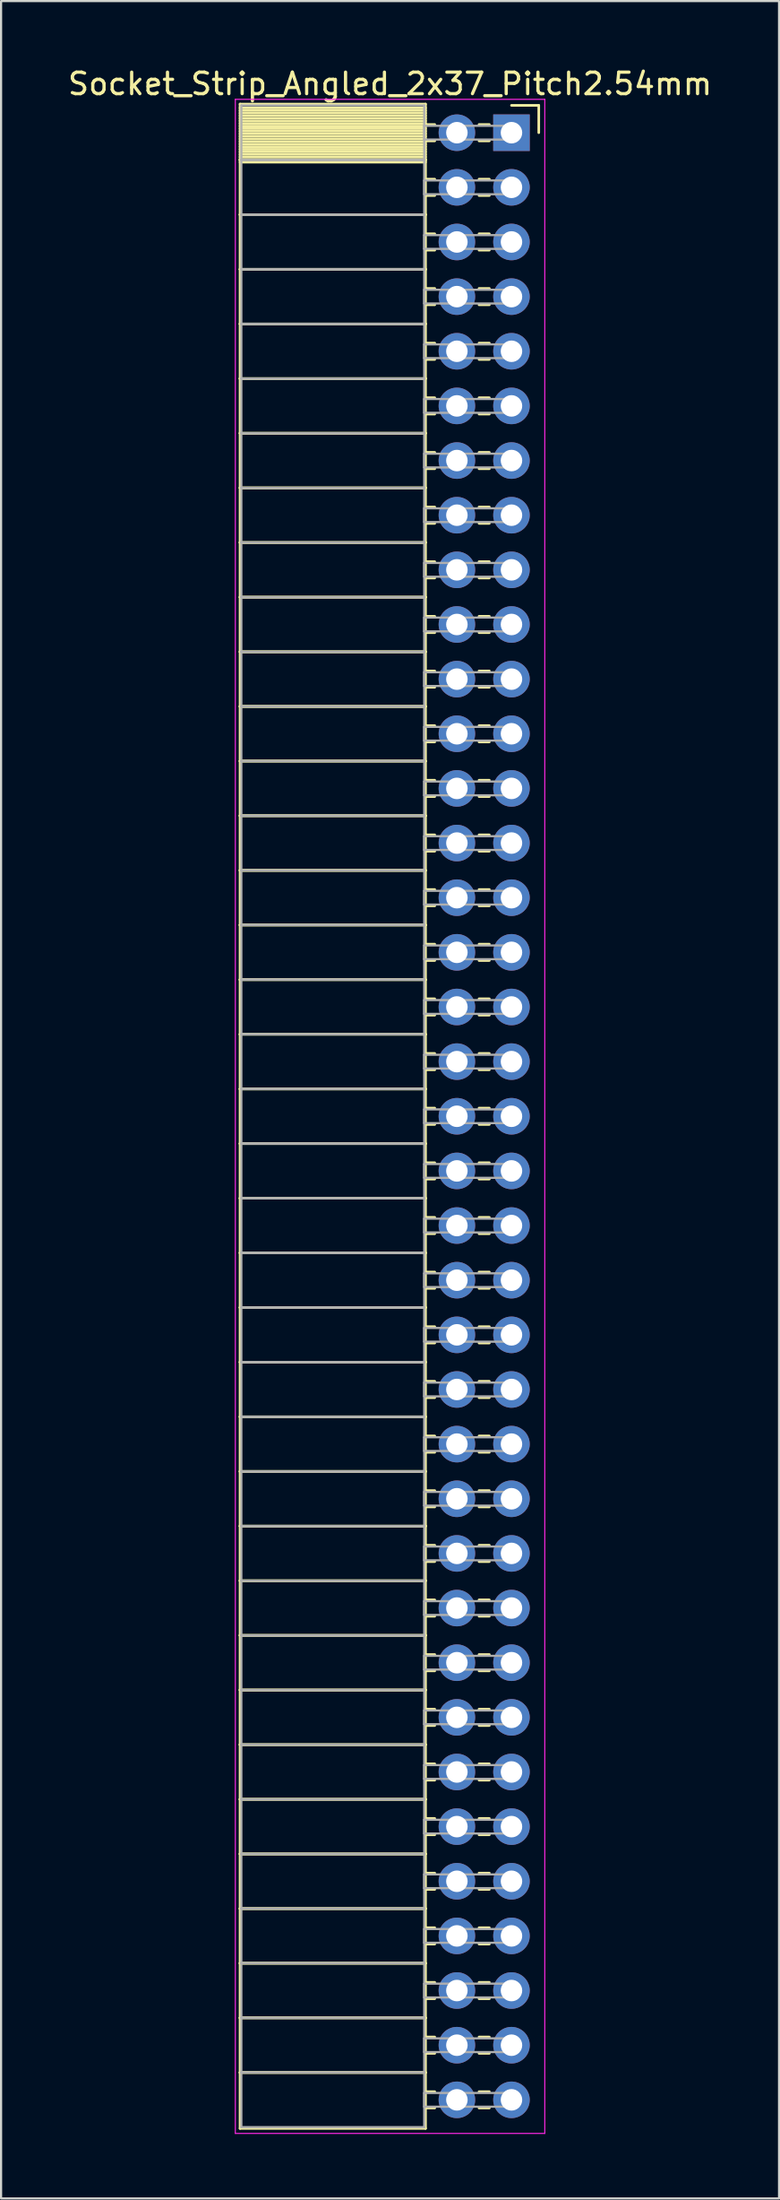
<source format=kicad_pcb>
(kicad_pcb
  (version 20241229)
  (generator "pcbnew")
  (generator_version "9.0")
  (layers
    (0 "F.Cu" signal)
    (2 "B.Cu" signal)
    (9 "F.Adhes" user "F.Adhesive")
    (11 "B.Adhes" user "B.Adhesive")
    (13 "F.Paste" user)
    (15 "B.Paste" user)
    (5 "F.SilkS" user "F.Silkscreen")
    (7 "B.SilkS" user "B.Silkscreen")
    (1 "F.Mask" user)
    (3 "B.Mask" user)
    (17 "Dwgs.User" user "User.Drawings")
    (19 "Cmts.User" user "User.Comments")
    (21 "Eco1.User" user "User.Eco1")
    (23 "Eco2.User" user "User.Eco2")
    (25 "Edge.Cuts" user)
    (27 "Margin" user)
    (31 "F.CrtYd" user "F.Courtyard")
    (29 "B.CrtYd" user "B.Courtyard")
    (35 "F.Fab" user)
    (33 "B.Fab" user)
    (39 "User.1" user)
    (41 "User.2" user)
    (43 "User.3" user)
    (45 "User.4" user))
  (footprint "Socket_Strip_Angled_2x37_Pitch2.54mm"
    (layer "F.Cu")
    (at 20.751 3.118)
    (property "Reference" "Socket_Strip_Angled_2x37_Pitch2.54mm" (at -5.65 -2.27 0) (layer "F.SilkS") (effects (font (size 1 1) (thickness 0.15))))
    (attr through_hole)
    (fp_line (start -12.63 -1.33) (end -4 -1.33) (stroke (width 0.12) (type solid)) (layer "F.SilkS"))
    (fp_line (start -12.63 1.27) (end -12.63 -1.33) (stroke (width 0.12) (type solid)) (layer "F.SilkS"))
    (fp_line (start -12.63 1.27) (end -4 1.27) (stroke (width 0.12) (type solid)) (layer "F.SilkS"))
    (fp_line (start -12.63 3.81) (end -12.63 1.27) (stroke (width 0.12) (type solid)) (layer "F.SilkS"))
    (fp_line (start -12.63 3.81) (end -4 3.81) (stroke (width 0.12) (type solid)) (layer "F.SilkS"))
    (fp_line (start -12.63 6.35) (end -12.63 3.81) (stroke (width 0.12) (type solid)) (layer "F.SilkS"))
    (fp_line (start -12.63 6.35) (end -4 6.35) (stroke (width 0.12) (type solid)) (layer "F.SilkS"))
    (fp_line (start -12.63 8.89) (end -12.63 6.35) (stroke (width 0.12) (type solid)) (layer "F.SilkS"))
    (fp_line (start -12.63 8.89) (end -4 8.89) (stroke (width 0.12) (type solid)) (layer "F.SilkS"))
    (fp_line (start -12.63 11.43) (end -12.63 8.89) (stroke (width 0.12) (type solid)) (layer "F.SilkS"))
    (fp_line (start -12.63 11.43) (end -4 11.43) (stroke (width 0.12) (type solid)) (layer "F.SilkS"))
    (fp_line (start -12.63 13.97) (end -12.63 11.43) (stroke (width 0.12) (type solid)) (layer "F.SilkS"))
    (fp_line (start -12.63 13.97) (end -4 13.97) (stroke (width 0.12) (type solid)) (layer "F.SilkS"))
    (fp_line (start -12.63 16.51) (end -12.63 13.97) (stroke (width 0.12) (type solid)) (layer "F.SilkS"))
    (fp_line (start -12.63 16.51) (end -4 16.51) (stroke (width 0.12) (type solid)) (layer "F.SilkS"))
    (fp_line (start -12.63 19.05) (end -12.63 16.51) (stroke (width 0.12) (type solid)) (layer "F.SilkS"))
    (fp_line (start -12.63 19.05) (end -4 19.05) (stroke (width 0.12) (type solid)) (layer "F.SilkS"))
    (fp_line (start -12.63 21.59) (end -12.63 19.05) (stroke (width 0.12) (type solid)) (layer "F.SilkS"))
    (fp_line (start -12.63 21.59) (end -4 21.59) (stroke (width 0.12) (type solid)) (layer "F.SilkS"))
    (fp_line (start -12.63 24.13) (end -12.63 21.59) (stroke (width 0.12) (type solid)) (layer "F.SilkS"))
    (fp_line (start -12.63 24.13) (end -4 24.13) (stroke (width 0.12) (type solid)) (layer "F.SilkS"))
    (fp_line (start -12.63 26.67) (end -12.63 24.13) (stroke (width 0.12) (type solid)) (layer "F.SilkS"))
    (fp_line (start -12.63 26.67) (end -4 26.67) (stroke (width 0.12) (type solid)) (layer "F.SilkS"))
    (fp_line (start -12.63 29.21) (end -12.63 26.67) (stroke (width 0.12) (type solid)) (layer "F.SilkS"))
    (fp_line (start -12.63 29.21) (end -4 29.21) (stroke (width 0.12) (type solid)) (layer "F.SilkS"))
    (fp_line (start -12.63 31.75) (end -12.63 29.21) (stroke (width 0.12) (type solid)) (layer "F.SilkS"))
    (fp_line (start -12.63 31.75) (end -4 31.75) (stroke (width 0.12) (type solid)) (layer "F.SilkS"))
    (fp_line (start -12.63 34.29) (end -12.63 31.75) (stroke (width 0.12) (type solid)) (layer "F.SilkS"))
    (fp_line (start -12.63 34.29) (end -4 34.29) (stroke (width 0.12) (type solid)) (layer "F.SilkS"))
    (fp_line (start -12.63 36.83) (end -12.63 34.29) (stroke (width 0.12) (type solid)) (layer "F.SilkS"))
    (fp_line (start -12.63 36.83) (end -4 36.83) (stroke (width 0.12) (type solid)) (layer "F.SilkS"))
    (fp_line (start -12.63 39.37) (end -12.63 36.83) (stroke (width 0.12) (type solid)) (layer "F.SilkS"))
    (fp_line (start -12.63 39.37) (end -4 39.37) (stroke (width 0.12) (type solid)) (layer "F.SilkS"))
    (fp_line (start -12.63 41.91) (end -12.63 39.37) (stroke (width 0.12) (type solid)) (layer "F.SilkS"))
    (fp_line (start -12.63 41.91) (end -4 41.91) (stroke (width 0.12) (type solid)) (layer "F.SilkS"))
    (fp_line (start -12.63 44.45) (end -12.63 41.91) (stroke (width 0.12) (type solid)) (layer "F.SilkS"))
    (fp_line (start -12.63 44.45) (end -4 44.45) (stroke (width 0.12) (type solid)) (layer "F.SilkS"))
    (fp_line (start -12.63 46.99) (end -12.63 44.45) (stroke (width 0.12) (type solid)) (layer "F.SilkS"))
    (fp_line (start -12.63 46.99) (end -4 46.99) (stroke (width 0.12) (type solid)) (layer "F.SilkS"))
    (fp_line (start -12.63 49.53) (end -12.63 46.99) (stroke (width 0.12) (type solid)) (layer "F.SilkS"))
    (fp_line (start -12.63 49.53) (end -4 49.53) (stroke (width 0.12) (type solid)) (layer "F.SilkS"))
    (fp_line (start -12.63 52.07) (end -12.63 49.53) (stroke (width 0.12) (type solid)) (layer "F.SilkS"))
    (fp_line (start -12.63 52.07) (end -4 52.07) (stroke (width 0.12) (type solid)) (layer "F.SilkS"))
    (fp_line (start -12.63 54.61) (end -12.63 52.07) (stroke (width 0.12) (type solid)) (layer "F.SilkS"))
    (fp_line (start -12.63 54.61) (end -4 54.61) (stroke (width 0.12) (type solid)) (layer "F.SilkS"))
    (fp_line (start -12.63 57.15) (end -12.63 54.61) (stroke (width 0.12) (type solid)) (layer "F.SilkS"))
    (fp_line (start -12.63 57.15) (end -4 57.15) (stroke (width 0.12) (type solid)) (layer "F.SilkS"))
    (fp_line (start -12.63 59.69) (end -12.63 57.15) (stroke (width 0.12) (type solid)) (layer "F.SilkS"))
    (fp_line (start -12.63 59.69) (end -4 59.69) (stroke (width 0.12) (type solid)) (layer "F.SilkS"))
    (fp_line (start -12.63 62.23) (end -12.63 59.69) (stroke (width 0.12) (type solid)) (layer "F.SilkS"))
    (fp_line (start -12.63 62.23) (end -4 62.23) (stroke (width 0.12) (type solid)) (layer "F.SilkS"))
    (fp_line (start -12.63 64.77) (end -12.63 62.23) (stroke (width 0.12) (type solid)) (layer "F.SilkS"))
    (fp_line (start -12.63 64.77) (end -4 64.77) (stroke (width 0.12) (type solid)) (layer "F.SilkS"))
    (fp_line (start -12.63 67.31) (end -12.63 64.77) (stroke (width 0.12) (type solid)) (layer "F.SilkS"))
    (fp_line (start -12.63 67.31) (end -4 67.31) (stroke (width 0.12) (type solid)) (layer "F.SilkS"))
    (fp_line (start -12.63 69.85) (end -12.63 67.31) (stroke (width 0.12) (type solid)) (layer "F.SilkS"))
    (fp_line (start -12.63 69.85) (end -4 69.85) (stroke (width 0.12) (type solid)) (layer "F.SilkS"))
    (fp_line (start -12.63 72.39) (end -12.63 69.85) (stroke (width 0.12) (type solid)) (layer "F.SilkS"))
    (fp_line (start -12.63 72.39) (end -4 72.39) (stroke (width 0.12) (type solid)) (layer "F.SilkS"))
    (fp_line (start -12.63 74.93) (end -12.63 72.39) (stroke (width 0.12) (type solid)) (layer "F.SilkS"))
    (fp_line (start -12.63 74.93) (end -4 74.93) (stroke (width 0.12) (type solid)) (layer "F.SilkS"))
    (fp_line (start -12.63 77.47) (end -12.63 74.93) (stroke (width 0.12) (type solid)) (layer "F.SilkS"))
    (fp_line (start -12.63 77.47) (end -4 77.47) (stroke (width 0.12) (type solid)) (layer "F.SilkS"))
    (fp_line (start -12.63 80.01) (end -12.63 77.47) (stroke (width 0.12) (type solid)) (layer "F.SilkS"))
    (fp_line (start -12.63 80.01) (end -4 80.01) (stroke (width 0.12) (type solid)) (layer "F.SilkS"))
    (fp_line (start -12.63 82.55) (end -12.63 80.01) (stroke (width 0.12) (type solid)) (layer "F.SilkS"))
    (fp_line (start -12.63 82.55) (end -4 82.55) (stroke (width 0.12) (type solid)) (layer "F.SilkS"))
    (fp_line (start -12.63 85.09) (end -12.63 82.55) (stroke (width 0.12) (type solid)) (layer "F.SilkS"))
    (fp_line (start -12.63 85.09) (end -4 85.09) (stroke (width 0.12) (type solid)) (layer "F.SilkS"))
    (fp_line (start -12.63 87.63) (end -12.63 85.09) (stroke (width 0.12) (type solid)) (layer "F.SilkS"))
    (fp_line (start -12.63 87.63) (end -4 87.63) (stroke (width 0.12) (type solid)) (layer "F.SilkS"))
    (fp_line (start -12.63 90.17) (end -12.63 87.63) (stroke (width 0.12) (type solid)) (layer "F.SilkS"))
    (fp_line (start -12.63 90.17) (end -4 90.17) (stroke (width 0.12) (type solid)) (layer "F.SilkS"))
    (fp_line (start -12.63 92.77) (end -12.63 90.17) (stroke (width 0.12) (type solid)) (layer "F.SilkS"))
    (fp_line (start -4 -1.33) (end -4 1.27) (stroke (width 0.12) (type solid)) (layer "F.SilkS"))
    (fp_line (start -4 -1.15) (end -12.63 -1.15) (stroke (width 0.12) (type solid)) (layer "F.SilkS"))
    (fp_line (start -4 -1.03) (end -12.63 -1.03) (stroke (width 0.12) (type solid)) (layer "F.SilkS"))
    (fp_line (start -4 -0.91) (end -12.63 -0.91) (stroke (width 0.12) (type solid)) (layer "F.SilkS"))
    (fp_line (start -4 -0.79) (end -12.63 -0.79) (stroke (width 0.12) (type solid)) (layer "F.SilkS"))
    (fp_line (start -4 -0.67) (end -12.63 -0.67) (stroke (width 0.12) (type solid)) (layer "F.SilkS"))
    (fp_line (start -4 -0.55) (end -12.63 -0.55) (stroke (width 0.12) (type solid)) (layer "F.SilkS"))
    (fp_line (start -4 -0.43) (end -12.63 -0.43) (stroke (width 0.12) (type solid)) (layer "F.SilkS"))
    (fp_line (start -4 -0.31) (end -12.63 -0.31) (stroke (width 0.12) (type solid)) (layer "F.SilkS"))
    (fp_line (start -4 -0.19) (end -12.63 -0.19) (stroke (width 0.12) (type solid)) (layer "F.SilkS"))
    (fp_line (start -4 -0.07) (end -12.63 -0.07) (stroke (width 0.12) (type solid)) (layer "F.SilkS"))
    (fp_line (start -4 0.05) (end -12.63 0.05) (stroke (width 0.12) (type solid)) (layer "F.SilkS"))
    (fp_line (start -4 0.17) (end -12.63 0.17) (stroke (width 0.12) (type solid)) (layer "F.SilkS"))
    (fp_line (start -4 0.29) (end -12.63 0.29) (stroke (width 0.12) (type solid)) (layer "F.SilkS"))
    (fp_line (start -4 0.41) (end -12.63 0.41) (stroke (width 0.12) (type solid)) (layer "F.SilkS"))
    (fp_line (start -4 0.53) (end -12.63 0.53) (stroke (width 0.12) (type solid)) (layer "F.SilkS"))
    (fp_line (start -4 0.65) (end -12.63 0.65) (stroke (width 0.12) (type solid)) (layer "F.SilkS"))
    (fp_line (start -4 0.77) (end -12.63 0.77) (stroke (width 0.12) (type solid)) (layer "F.SilkS"))
    (fp_line (start -4 0.89) (end -12.63 0.89) (stroke (width 0.12) (type solid)) (layer "F.SilkS"))
    (fp_line (start -4 1.01) (end -12.63 1.01) (stroke (width 0.12) (type solid)) (layer "F.SilkS"))
    (fp_line (start -4 1.13) (end -12.63 1.13) (stroke (width 0.12) (type solid)) (layer "F.SilkS"))
    (fp_line (start -4 1.25) (end -12.63 1.25) (stroke (width 0.12) (type solid)) (layer "F.SilkS"))
    (fp_line (start -4 1.27) (end -12.63 1.27) (stroke (width 0.12) (type solid)) (layer "F.SilkS"))
    (fp_line (start -4 1.27) (end -4 3.81) (stroke (width 0.12) (type solid)) (layer "F.SilkS"))
    (fp_line (start -4 1.37) (end -12.63 1.37) (stroke (width 0.12) (type solid)) (layer "F.SilkS"))
    (fp_line (start -4 3.81) (end -12.63 3.81) (stroke (width 0.12) (type solid)) (layer "F.SilkS"))
    (fp_line (start -4 3.81) (end -4 6.35) (stroke (width 0.12) (type solid)) (layer "F.SilkS"))
    (fp_line (start -4 6.35) (end -12.63 6.35) (stroke (width 0.12) (type solid)) (layer "F.SilkS"))
    (fp_line (start -4 6.35) (end -4 8.89) (stroke (width 0.12) (type solid)) (layer "F.SilkS"))
    (fp_line (start -4 8.89) (end -12.63 8.89) (stroke (width 0.12) (type solid)) (layer "F.SilkS"))
    (fp_line (start -4 8.89) (end -4 11.43) (stroke (width 0.12) (type solid)) (layer "F.SilkS"))
    (fp_line (start -4 11.43) (end -12.63 11.43) (stroke (width 0.12) (type solid)) (layer "F.SilkS"))
    (fp_line (start -4 11.43) (end -4 13.97) (stroke (width 0.12) (type solid)) (layer "F.SilkS"))
    (fp_line (start -4 13.97) (end -12.63 13.97) (stroke (width 0.12) (type solid)) (layer "F.SilkS"))
    (fp_line (start -4 13.97) (end -4 16.51) (stroke (width 0.12) (type solid)) (layer "F.SilkS"))
    (fp_line (start -4 16.51) (end -12.63 16.51) (stroke (width 0.12) (type solid)) (layer "F.SilkS"))
    (fp_line (start -4 16.51) (end -4 19.05) (stroke (width 0.12) (type solid)) (layer "F.SilkS"))
    (fp_line (start -4 19.05) (end -12.63 19.05) (stroke (width 0.12) (type solid)) (layer "F.SilkS"))
    (fp_line (start -4 19.05) (end -4 21.59) (stroke (width 0.12) (type solid)) (layer "F.SilkS"))
    (fp_line (start -4 21.59) (end -12.63 21.59) (stroke (width 0.12) (type solid)) (layer "F.SilkS"))
    (fp_line (start -4 21.59) (end -4 24.13) (stroke (width 0.12) (type solid)) (layer "F.SilkS"))
    (fp_line (start -4 24.13) (end -12.63 24.13) (stroke (width 0.12) (type solid)) (layer "F.SilkS"))
    (fp_line (start -4 24.13) (end -4 26.67) (stroke (width 0.12) (type solid)) (layer "F.SilkS"))
    (fp_line (start -4 26.67) (end -12.63 26.67) (stroke (width 0.12) (type solid)) (layer "F.SilkS"))
    (fp_line (start -4 26.67) (end -4 29.21) (stroke (width 0.12) (type solid)) (layer "F.SilkS"))
    (fp_line (start -4 29.21) (end -12.63 29.21) (stroke (width 0.12) (type solid)) (layer "F.SilkS"))
    (fp_line (start -4 29.21) (end -4 31.75) (stroke (width 0.12) (type solid)) (layer "F.SilkS"))
    (fp_line (start -4 31.75) (end -12.63 31.75) (stroke (width 0.12) (type solid)) (layer "F.SilkS"))
    (fp_line (start -4 31.75) (end -4 34.29) (stroke (width 0.12) (type solid)) (layer "F.SilkS"))
    (fp_line (start -4 34.29) (end -12.63 34.29) (stroke (width 0.12) (type solid)) (layer "F.SilkS"))
    (fp_line (start -4 34.29) (end -4 36.83) (stroke (width 0.12) (type solid)) (layer "F.SilkS"))
    (fp_line (start -4 36.83) (end -12.63 36.83) (stroke (width 0.12) (type solid)) (layer "F.SilkS"))
    (fp_line (start -4 36.83) (end -4 39.37) (stroke (width 0.12) (type solid)) (layer "F.SilkS"))
    (fp_line (start -4 39.37) (end -12.63 39.37) (stroke (width 0.12) (type solid)) (layer "F.SilkS"))
    (fp_line (start -4 39.37) (end -4 41.91) (stroke (width 0.12) (type solid)) (layer "F.SilkS"))
    (fp_line (start -4 41.91) (end -12.63 41.91) (stroke (width 0.12) (type solid)) (layer "F.SilkS"))
    (fp_line (start -4 41.91) (end -4 44.45) (stroke (width 0.12) (type solid)) (layer "F.SilkS"))
    (fp_line (start -4 44.45) (end -12.63 44.45) (stroke (width 0.12) (type solid)) (layer "F.SilkS"))
    (fp_line (start -4 44.45) (end -4 46.99) (stroke (width 0.12) (type solid)) (layer "F.SilkS"))
    (fp_line (start -4 46.99) (end -12.63 46.99) (stroke (width 0.12) (type solid)) (layer "F.SilkS"))
    (fp_line (start -4 46.99) (end -4 49.53) (stroke (width 0.12) (type solid)) (layer "F.SilkS"))
    (fp_line (start -4 49.53) (end -12.63 49.53) (stroke (width 0.12) (type solid)) (layer "F.SilkS"))
    (fp_line (start -4 49.53) (end -4 52.07) (stroke (width 0.12) (type solid)) (layer "F.SilkS"))
    (fp_line (start -4 52.07) (end -12.63 52.07) (stroke (width 0.12) (type solid)) (layer "F.SilkS"))
    (fp_line (start -4 52.07) (end -4 54.61) (stroke (width 0.12) (type solid)) (layer "F.SilkS"))
    (fp_line (start -4 54.61) (end -12.63 54.61) (stroke (width 0.12) (type solid)) (layer "F.SilkS"))
    (fp_line (start -4 54.61) (end -4 57.15) (stroke (width 0.12) (type solid)) (layer "F.SilkS"))
    (fp_line (start -4 57.15) (end -12.63 57.15) (stroke (width 0.12) (type solid)) (layer "F.SilkS"))
    (fp_line (start -4 57.15) (end -4 59.69) (stroke (width 0.12) (type solid)) (layer "F.SilkS"))
    (fp_line (start -4 59.69) (end -12.63 59.69) (stroke (width 0.12) (type solid)) (layer "F.SilkS"))
    (fp_line (start -4 59.69) (end -4 62.23) (stroke (width 0.12) (type solid)) (layer "F.SilkS"))
    (fp_line (start -4 62.23) (end -12.63 62.23) (stroke (width 0.12) (type solid)) (layer "F.SilkS"))
    (fp_line (start -4 62.23) (end -4 64.77) (stroke (width 0.12) (type solid)) (layer "F.SilkS"))
    (fp_line (start -4 64.77) (end -12.63 64.77) (stroke (width 0.12) (type solid)) (layer "F.SilkS"))
    (fp_line (start -4 64.77) (end -4 67.31) (stroke (width 0.12) (type solid)) (layer "F.SilkS"))
    (fp_line (start -4 67.31) (end -12.63 67.31) (stroke (width 0.12) (type solid)) (layer "F.SilkS"))
    (fp_line (start -4 67.31) (end -4 69.85) (stroke (width 0.12) (type solid)) (layer "F.SilkS"))
    (fp_line (start -4 69.85) (end -12.63 69.85) (stroke (width 0.12) (type solid)) (layer "F.SilkS"))
    (fp_line (start -4 69.85) (end -4 72.39) (stroke (width 0.12) (type solid)) (layer "F.SilkS"))
    (fp_line (start -4 72.39) (end -12.63 72.39) (stroke (width 0.12) (type solid)) (layer "F.SilkS"))
    (fp_line (start -4 72.39) (end -4 74.93) (stroke (width 0.12) (type solid)) (layer "F.SilkS"))
    (fp_line (start -4 74.93) (end -12.63 74.93) (stroke (width 0.12) (type solid)) (layer "F.SilkS"))
    (fp_line (start -4 74.93) (end -4 77.47) (stroke (width 0.12) (type solid)) (layer "F.SilkS"))
    (fp_line (start -4 77.47) (end -12.63 77.47) (stroke (width 0.12) (type solid)) (layer "F.SilkS"))
    (fp_line (start -4 77.47) (end -4 80.01) (stroke (width 0.12) (type solid)) (layer "F.SilkS"))
    (fp_line (start -4 80.01) (end -12.63 80.01) (stroke (width 0.12) (type solid)) (layer "F.SilkS"))
    (fp_line (start -4 80.01) (end -4 82.55) (stroke (width 0.12) (type solid)) (layer "F.SilkS"))
    (fp_line (start -4 82.55) (end -12.63 82.55) (stroke (width 0.12) (type solid)) (layer "F.SilkS"))
    (fp_line (start -4 82.55) (end -4 85.09) (stroke (width 0.12) (type solid)) (layer "F.SilkS"))
    (fp_line (start -4 85.09) (end -12.63 85.09) (stroke (width 0.12) (type solid)) (layer "F.SilkS"))
    (fp_line (start -4 85.09) (end -4 87.63) (stroke (width 0.12) (type solid)) (layer "F.SilkS"))
    (fp_line (start -4 87.63) (end -12.63 87.63) (stroke (width 0.12) (type solid)) (layer "F.SilkS"))
    (fp_line (start -4 87.63) (end -4 90.17) (stroke (width 0.12) (type solid)) (layer "F.SilkS"))
    (fp_line (start -4 90.17) (end -12.63 90.17) (stroke (width 0.12) (type solid)) (layer "F.SilkS"))
    (fp_line (start -4 90.17) (end -4 92.77) (stroke (width 0.12) (type solid)) (layer "F.SilkS"))
    (fp_line (start -4 92.77) (end -12.63 92.77) (stroke (width 0.12) (type solid)) (layer "F.SilkS"))
    (fp_line (start -3.57 -0.38) (end -4 -0.38) (stroke (width 0.12) (type solid)) (layer "F.SilkS"))
    (fp_line (start -3.57 0.38) (end -4 0.38) (stroke (width 0.12) (type solid)) (layer "F.SilkS"))
    (fp_line (start -3.57 2.16) (end -4 2.16) (stroke (width 0.12) (type solid)) (layer "F.SilkS"))
    (fp_line (start -3.57 2.92) (end -4 2.92) (stroke (width 0.12) (type solid)) (layer "F.SilkS"))
    (fp_line (start -3.57 4.7) (end -4 4.7) (stroke (width 0.12) (type solid)) (layer "F.SilkS"))
    (fp_line (start -3.57 5.46) (end -4 5.46) (stroke (width 0.12) (type solid)) (layer "F.SilkS"))
    (fp_line (start -3.57 7.24) (end -4 7.24) (stroke (width 0.12) (type solid)) (layer "F.SilkS"))
    (fp_line (start -3.57 8) (end -4 8) (stroke (width 0.12) (type solid)) (layer "F.SilkS"))
    (fp_line (start -3.57 9.78) (end -4 9.78) (stroke (width 0.12) (type solid)) (layer "F.SilkS"))
    (fp_line (start -3.57 10.54) (end -4 10.54) (stroke (width 0.12) (type solid)) (layer "F.SilkS"))
    (fp_line (start -3.57 12.32) (end -4 12.32) (stroke (width 0.12) (type solid)) (layer "F.SilkS"))
    (fp_line (start -3.57 13.08) (end -4 13.08) (stroke (width 0.12) (type solid)) (layer "F.SilkS"))
    (fp_line (start -3.57 14.86) (end -4 14.86) (stroke (width 0.12) (type solid)) (layer "F.SilkS"))
    (fp_line (start -3.57 15.62) (end -4 15.62) (stroke (width 0.12) (type solid)) (layer "F.SilkS"))
    (fp_line (start -3.57 17.4) (end -4 17.4) (stroke (width 0.12) (type solid)) (layer "F.SilkS"))
    (fp_line (start -3.57 18.16) (end -4 18.16) (stroke (width 0.12) (type solid)) (layer "F.SilkS"))
    (fp_line (start -3.57 19.94) (end -4 19.94) (stroke (width 0.12) (type solid)) (layer "F.SilkS"))
    (fp_line (start -3.57 20.7) (end -4 20.7) (stroke (width 0.12) (type solid)) (layer "F.SilkS"))
    (fp_line (start -3.57 22.48) (end -4 22.48) (stroke (width 0.12) (type solid)) (layer "F.SilkS"))
    (fp_line (start -3.57 23.24) (end -4 23.24) (stroke (width 0.12) (type solid)) (layer "F.SilkS"))
    (fp_line (start -3.57 25.02) (end -4 25.02) (stroke (width 0.12) (type solid)) (layer "F.SilkS"))
    (fp_line (start -3.57 25.78) (end -4 25.78) (stroke (width 0.12) (type solid)) (layer "F.SilkS"))
    (fp_line (start -3.57 27.56) (end -4 27.56) (stroke (width 0.12) (type solid)) (layer "F.SilkS"))
    (fp_line (start -3.57 28.32) (end -4 28.32) (stroke (width 0.12) (type solid)) (layer "F.SilkS"))
    (fp_line (start -3.57 30.1) (end -4 30.1) (stroke (width 0.12) (type solid)) (layer "F.SilkS"))
    (fp_line (start -3.57 30.86) (end -4 30.86) (stroke (width 0.12) (type solid)) (layer "F.SilkS"))
    (fp_line (start -3.57 32.64) (end -4 32.64) (stroke (width 0.12) (type solid)) (layer "F.SilkS"))
    (fp_line (start -3.57 33.4) (end -4 33.4) (stroke (width 0.12) (type solid)) (layer "F.SilkS"))
    (fp_line (start -3.57 35.18) (end -4 35.18) (stroke (width 0.12) (type solid)) (layer "F.SilkS"))
    (fp_line (start -3.57 35.94) (end -4 35.94) (stroke (width 0.12) (type solid)) (layer "F.SilkS"))
    (fp_line (start -3.57 37.72) (end -4 37.72) (stroke (width 0.12) (type solid)) (layer "F.SilkS"))
    (fp_line (start -3.57 38.48) (end -4 38.48) (stroke (width 0.12) (type solid)) (layer "F.SilkS"))
    (fp_line (start -3.57 40.26) (end -4 40.26) (stroke (width 0.12) (type solid)) (layer "F.SilkS"))
    (fp_line (start -3.57 41.02) (end -4 41.02) (stroke (width 0.12) (type solid)) (layer "F.SilkS"))
    (fp_line (start -3.57 42.8) (end -4 42.8) (stroke (width 0.12) (type solid)) (layer "F.SilkS"))
    (fp_line (start -3.57 43.56) (end -4 43.56) (stroke (width 0.12) (type solid)) (layer "F.SilkS"))
    (fp_line (start -3.57 45.34) (end -4 45.34) (stroke (width 0.12) (type solid)) (layer "F.SilkS"))
    (fp_line (start -3.57 46.1) (end -4 46.1) (stroke (width 0.12) (type solid)) (layer "F.SilkS"))
    (fp_line (start -3.57 47.88) (end -4 47.88) (stroke (width 0.12) (type solid)) (layer "F.SilkS"))
    (fp_line (start -3.57 48.64) (end -4 48.64) (stroke (width 0.12) (type solid)) (layer "F.SilkS"))
    (fp_line (start -3.57 50.42) (end -4 50.42) (stroke (width 0.12) (type solid)) (layer "F.SilkS"))
    (fp_line (start -3.57 51.18) (end -4 51.18) (stroke (width 0.12) (type solid)) (layer "F.SilkS"))
    (fp_line (start -3.57 52.96) (end -4 52.96) (stroke (width 0.12) (type solid)) (layer "F.SilkS"))
    (fp_line (start -3.57 53.72) (end -4 53.72) (stroke (width 0.12) (type solid)) (layer "F.SilkS"))
    (fp_line (start -3.57 55.5) (end -4 55.5) (stroke (width 0.12) (type solid)) (layer "F.SilkS"))
    (fp_line (start -3.57 56.26) (end -4 56.26) (stroke (width 0.12) (type solid)) (layer "F.SilkS"))
    (fp_line (start -3.57 58.04) (end -4 58.04) (stroke (width 0.12) (type solid)) (layer "F.SilkS"))
    (fp_line (start -3.57 58.8) (end -4 58.8) (stroke (width 0.12) (type solid)) (layer "F.SilkS"))
    (fp_line (start -3.57 60.58) (end -4 60.58) (stroke (width 0.12) (type solid)) (layer "F.SilkS"))
    (fp_line (start -3.57 61.34) (end -4 61.34) (stroke (width 0.12) (type solid)) (layer "F.SilkS"))
    (fp_line (start -3.57 63.12) (end -4 63.12) (stroke (width 0.12) (type solid)) (layer "F.SilkS"))
    (fp_line (start -3.57 63.88) (end -4 63.88) (stroke (width 0.12) (type solid)) (layer "F.SilkS"))
    (fp_line (start -3.57 65.66) (end -4 65.66) (stroke (width 0.12) (type solid)) (layer "F.SilkS"))
    (fp_line (start -3.57 66.42) (end -4 66.42) (stroke (width 0.12) (type solid)) (layer "F.SilkS"))
    (fp_line (start -3.57 68.2) (end -4 68.2) (stroke (width 0.12) (type solid)) (layer "F.SilkS"))
    (fp_line (start -3.57 68.96) (end -4 68.96) (stroke (width 0.12) (type solid)) (layer "F.SilkS"))
    (fp_line (start -3.57 70.74) (end -4 70.74) (stroke (width 0.12) (type solid)) (layer "F.SilkS"))
    (fp_line (start -3.57 71.5) (end -4 71.5) (stroke (width 0.12) (type solid)) (layer "F.SilkS"))
    (fp_line (start -3.57 73.28) (end -4 73.28) (stroke (width 0.12) (type solid)) (layer "F.SilkS"))
    (fp_line (start -3.57 74.04) (end -4 74.04) (stroke (width 0.12) (type solid)) (layer "F.SilkS"))
    (fp_line (start -3.57 75.82) (end -4 75.82) (stroke (width 0.12) (type solid)) (layer "F.SilkS"))
    (fp_line (start -3.57 76.58) (end -4 76.58) (stroke (width 0.12) (type solid)) (layer "F.SilkS"))
    (fp_line (start -3.57 78.36) (end -4 78.36) (stroke (width 0.12) (type solid)) (layer "F.SilkS"))
    (fp_line (start -3.57 79.12) (end -4 79.12) (stroke (width 0.12) (type solid)) (layer "F.SilkS"))
    (fp_line (start -3.57 80.9) (end -4 80.9) (stroke (width 0.12) (type solid)) (layer "F.SilkS"))
    (fp_line (start -3.57 81.66) (end -4 81.66) (stroke (width 0.12) (type solid)) (layer "F.SilkS"))
    (fp_line (start -3.57 83.44) (end -4 83.44) (stroke (width 0.12) (type solid)) (layer "F.SilkS"))
    (fp_line (start -3.57 84.2) (end -4 84.2) (stroke (width 0.12) (type solid)) (layer "F.SilkS"))
    (fp_line (start -3.57 85.98) (end -4 85.98) (stroke (width 0.12) (type solid)) (layer "F.SilkS"))
    (fp_line (start -3.57 86.74) (end -4 86.74) (stroke (width 0.12) (type solid)) (layer "F.SilkS"))
    (fp_line (start -3.57 88.52) (end -4 88.52) (stroke (width 0.12) (type solid)) (layer "F.SilkS"))
    (fp_line (start -3.57 89.28) (end -4 89.28) (stroke (width 0.12) (type solid)) (layer "F.SilkS"))
    (fp_line (start -3.57 91.06) (end -4 91.06) (stroke (width 0.12) (type solid)) (layer "F.SilkS"))
    (fp_line (start -3.57 91.82) (end -4 91.82) (stroke (width 0.12) (type solid)) (layer "F.SilkS"))
    (fp_line (start -1.03 -0.38) (end -1.51 -0.38) (stroke (width 0.12) (type solid)) (layer "F.SilkS"))
    (fp_line (start -1.03 0.38) (end -1.51 0.38) (stroke (width 0.12) (type solid)) (layer "F.SilkS"))
    (fp_line (start -1.03 2.16) (end -1.51 2.16) (stroke (width 0.12) (type solid)) (layer "F.SilkS"))
    (fp_line (start -1.03 2.92) (end -1.51 2.92) (stroke (width 0.12) (type solid)) (layer "F.SilkS"))
    (fp_line (start -1.03 4.7) (end -1.51 4.7) (stroke (width 0.12) (type solid)) (layer "F.SilkS"))
    (fp_line (start -1.03 5.46) (end -1.51 5.46) (stroke (width 0.12) (type solid)) (layer "F.SilkS"))
    (fp_line (start -1.03 7.24) (end -1.51 7.24) (stroke (width 0.12) (type solid)) (layer "F.SilkS"))
    (fp_line (start -1.03 8) (end -1.51 8) (stroke (width 0.12) (type solid)) (layer "F.SilkS"))
    (fp_line (start -1.03 9.78) (end -1.51 9.78) (stroke (width 0.12) (type solid)) (layer "F.SilkS"))
    (fp_line (start -1.03 10.54) (end -1.51 10.54) (stroke (width 0.12) (type solid)) (layer "F.SilkS"))
    (fp_line (start -1.03 12.32) (end -1.51 12.32) (stroke (width 0.12) (type solid)) (layer "F.SilkS"))
    (fp_line (start -1.03 13.08) (end -1.51 13.08) (stroke (width 0.12) (type solid)) (layer "F.SilkS"))
    (fp_line (start -1.03 14.86) (end -1.51 14.86) (stroke (width 0.12) (type solid)) (layer "F.SilkS"))
    (fp_line (start -1.03 15.62) (end -1.51 15.62) (stroke (width 0.12) (type solid)) (layer "F.SilkS"))
    (fp_line (start -1.03 17.4) (end -1.51 17.4) (stroke (width 0.12) (type solid)) (layer "F.SilkS"))
    (fp_line (start -1.03 18.16) (end -1.51 18.16) (stroke (width 0.12) (type solid)) (layer "F.SilkS"))
    (fp_line (start -1.03 19.94) (end -1.51 19.94) (stroke (width 0.12) (type solid)) (layer "F.SilkS"))
    (fp_line (start -1.03 20.7) (end -1.51 20.7) (stroke (width 0.12) (type solid)) (layer "F.SilkS"))
    (fp_line (start -1.03 22.48) (end -1.51 22.48) (stroke (width 0.12) (type solid)) (layer "F.SilkS"))
    (fp_line (start -1.03 23.24) (end -1.51 23.24) (stroke (width 0.12) (type solid)) (layer "F.SilkS"))
    (fp_line (start -1.03 25.02) (end -1.51 25.02) (stroke (width 0.12) (type solid)) (layer "F.SilkS"))
    (fp_line (start -1.03 25.78) (end -1.51 25.78) (stroke (width 0.12) (type solid)) (layer "F.SilkS"))
    (fp_line (start -1.03 27.56) (end -1.51 27.56) (stroke (width 0.12) (type solid)) (layer "F.SilkS"))
    (fp_line (start -1.03 28.32) (end -1.51 28.32) (stroke (width 0.12) (type solid)) (layer "F.SilkS"))
    (fp_line (start -1.03 30.1) (end -1.51 30.1) (stroke (width 0.12) (type solid)) (layer "F.SilkS"))
    (fp_line (start -1.03 30.86) (end -1.51 30.86) (stroke (width 0.12) (type solid)) (layer "F.SilkS"))
    (fp_line (start -1.03 32.64) (end -1.51 32.64) (stroke (width 0.12) (type solid)) (layer "F.SilkS"))
    (fp_line (start -1.03 33.4) (end -1.51 33.4) (stroke (width 0.12) (type solid)) (layer "F.SilkS"))
    (fp_line (start -1.03 35.18) (end -1.51 35.18) (stroke (width 0.12) (type solid)) (layer "F.SilkS"))
    (fp_line (start -1.03 35.94) (end -1.51 35.94) (stroke (width 0.12) (type solid)) (layer "F.SilkS"))
    (fp_line (start -1.03 37.72) (end -1.51 37.72) (stroke (width 0.12) (type solid)) (layer "F.SilkS"))
    (fp_line (start -1.03 38.48) (end -1.51 38.48) (stroke (width 0.12) (type solid)) (layer "F.SilkS"))
    (fp_line (start -1.03 40.26) (end -1.51 40.26) (stroke (width 0.12) (type solid)) (layer "F.SilkS"))
    (fp_line (start -1.03 41.02) (end -1.51 41.02) (stroke (width 0.12) (type solid)) (layer "F.SilkS"))
    (fp_line (start -1.03 42.8) (end -1.51 42.8) (stroke (width 0.12) (type solid)) (layer "F.SilkS"))
    (fp_line (start -1.03 43.56) (end -1.51 43.56) (stroke (width 0.12) (type solid)) (layer "F.SilkS"))
    (fp_line (start -1.03 45.34) (end -1.51 45.34) (stroke (width 0.12) (type solid)) (layer "F.SilkS"))
    (fp_line (start -1.03 46.1) (end -1.51 46.1) (stroke (width 0.12) (type solid)) (layer "F.SilkS"))
    (fp_line (start -1.03 47.88) (end -1.51 47.88) (stroke (width 0.12) (type solid)) (layer "F.SilkS"))
    (fp_line (start -1.03 48.64) (end -1.51 48.64) (stroke (width 0.12) (type solid)) (layer "F.SilkS"))
    (fp_line (start -1.03 50.42) (end -1.51 50.42) (stroke (width 0.12) (type solid)) (layer "F.SilkS"))
    (fp_line (start -1.03 51.18) (end -1.51 51.18) (stroke (width 0.12) (type solid)) (layer "F.SilkS"))
    (fp_line (start -1.03 52.96) (end -1.51 52.96) (stroke (width 0.12) (type solid)) (layer "F.SilkS"))
    (fp_line (start -1.03 53.72) (end -1.51 53.72) (stroke (width 0.12) (type solid)) (layer "F.SilkS"))
    (fp_line (start -1.03 55.5) (end -1.51 55.5) (stroke (width 0.12) (type solid)) (layer "F.SilkS"))
    (fp_line (start -1.03 56.26) (end -1.51 56.26) (stroke (width 0.12) (type solid)) (layer "F.SilkS"))
    (fp_line (start -1.03 58.04) (end -1.51 58.04) (stroke (width 0.12) (type solid)) (layer "F.SilkS"))
    (fp_line (start -1.03 58.8) (end -1.51 58.8) (stroke (width 0.12) (type solid)) (layer "F.SilkS"))
    (fp_line (start -1.03 60.58) (end -1.51 60.58) (stroke (width 0.12) (type solid)) (layer "F.SilkS"))
    (fp_line (start -1.03 61.34) (end -1.51 61.34) (stroke (width 0.12) (type solid)) (layer "F.SilkS"))
    (fp_line (start -1.03 63.12) (end -1.51 63.12) (stroke (width 0.12) (type solid)) (layer "F.SilkS"))
    (fp_line (start -1.03 63.88) (end -1.51 63.88) (stroke (width 0.12) (type solid)) (layer "F.SilkS"))
    (fp_line (start -1.03 65.66) (end -1.51 65.66) (stroke (width 0.12) (type solid)) (layer "F.SilkS"))
    (fp_line (start -1.03 66.42) (end -1.51 66.42) (stroke (width 0.12) (type solid)) (layer "F.SilkS"))
    (fp_line (start -1.03 68.2) (end -1.51 68.2) (stroke (width 0.12) (type solid)) (layer "F.SilkS"))
    (fp_line (start -1.03 68.96) (end -1.51 68.96) (stroke (width 0.12) (type solid)) (layer "F.SilkS"))
    (fp_line (start -1.03 70.74) (end -1.51 70.74) (stroke (width 0.12) (type solid)) (layer "F.SilkS"))
    (fp_line (start -1.03 71.5) (end -1.51 71.5) (stroke (width 0.12) (type solid)) (layer "F.SilkS"))
    (fp_line (start -1.03 73.28) (end -1.51 73.28) (stroke (width 0.12) (type solid)) (layer "F.SilkS"))
    (fp_line (start -1.03 74.04) (end -1.51 74.04) (stroke (width 0.12) (type solid)) (layer "F.SilkS"))
    (fp_line (start -1.03 75.82) (end -1.51 75.82) (stroke (width 0.12) (type solid)) (layer "F.SilkS"))
    (fp_line (start -1.03 76.58) (end -1.51 76.58) (stroke (width 0.12) (type solid)) (layer "F.SilkS"))
    (fp_line (start -1.03 78.36) (end -1.51 78.36) (stroke (width 0.12) (type solid)) (layer "F.SilkS"))
    (fp_line (start -1.03 79.12) (end -1.51 79.12) (stroke (width 0.12) (type solid)) (layer "F.SilkS"))
    (fp_line (start -1.03 80.9) (end -1.51 80.9) (stroke (width 0.12) (type solid)) (layer "F.SilkS"))
    (fp_line (start -1.03 81.66) (end -1.51 81.66) (stroke (width 0.12) (type solid)) (layer "F.SilkS"))
    (fp_line (start -1.03 83.44) (end -1.51 83.44) (stroke (width 0.12) (type solid)) (layer "F.SilkS"))
    (fp_line (start -1.03 84.2) (end -1.51 84.2) (stroke (width 0.12) (type solid)) (layer "F.SilkS"))
    (fp_line (start -1.03 85.98) (end -1.51 85.98) (stroke (width 0.12) (type solid)) (layer "F.SilkS"))
    (fp_line (start -1.03 86.74) (end -1.51 86.74) (stroke (width 0.12) (type solid)) (layer "F.SilkS"))
    (fp_line (start -1.03 88.52) (end -1.51 88.52) (stroke (width 0.12) (type solid)) (layer "F.SilkS"))
    (fp_line (start -1.03 89.28) (end -1.51 89.28) (stroke (width 0.12) (type solid)) (layer "F.SilkS"))
    (fp_line (start -1.03 91.06) (end -1.51 91.06) (stroke (width 0.12) (type solid)) (layer "F.SilkS"))
    (fp_line (start -1.03 91.82) (end -1.51 91.82) (stroke (width 0.12) (type solid)) (layer "F.SilkS"))
    (fp_line (start 0 -1.27) (end 1.27 -1.27) (stroke (width 0.12) (type solid)) (layer "F.SilkS"))
    (fp_line (start 1.27 -1.27) (end 1.27 0) (stroke (width 0.12) (type solid)) (layer "F.SilkS"))
    (fp_line (start -12.85 -1.55) (end 1.55 -1.55) (stroke (width 0.05) (type solid)) (layer "F.CrtYd"))
    (fp_line (start -12.85 93) (end -12.85 -1.55) (stroke (width 0.05) (type solid)) (layer "F.CrtYd"))
    (fp_line (start 1.55 -1.55) (end 1.55 93) (stroke (width 0.05) (type solid)) (layer "F.CrtYd"))
    (fp_line (start 1.55 93) (end -12.85 93) (stroke (width 0.05) (type solid)) (layer "F.CrtYd"))
    (fp_line (start -12.57 -1.27) (end -4.06 -1.27) (stroke (width 0.1) (type solid)) (layer "F.Fab"))
    (fp_line (start -12.57 1.27) (end -12.57 -1.27) (stroke (width 0.1) (type solid)) (layer "F.Fab"))
    (fp_line (start -12.57 1.27) (end -4.06 1.27) (stroke (width 0.1) (type solid)) (layer "F.Fab"))
    (fp_line (start -12.57 3.81) (end -12.57 1.27) (stroke (width 0.1) (type solid)) (layer "F.Fab"))
    (fp_line (start -12.57 3.81) (end -4.06 3.81) (stroke (width 0.1) (type solid)) (layer "F.Fab"))
    (fp_line (start -12.57 6.35) (end -12.57 3.81) (stroke (width 0.1) (type solid)) (layer "F.Fab"))
    (fp_line (start -12.57 6.35) (end -4.06 6.35) (stroke (width 0.1) (type solid)) (layer "F.Fab"))
    (fp_line (start -12.57 8.89) (end -12.57 6.35) (stroke (width 0.1) (type solid)) (layer "F.Fab"))
    (fp_line (start -12.57 8.89) (end -4.06 8.89) (stroke (width 0.1) (type solid)) (layer "F.Fab"))
    (fp_line (start -12.57 11.43) (end -12.57 8.89) (stroke (width 0.1) (type solid)) (layer "F.Fab"))
    (fp_line (start -12.57 11.43) (end -4.06 11.43) (stroke (width 0.1) (type solid)) (layer "F.Fab"))
    (fp_line (start -12.57 13.97) (end -12.57 11.43) (stroke (width 0.1) (type solid)) (layer "F.Fab"))
    (fp_line (start -12.57 13.97) (end -4.06 13.97) (stroke (width 0.1) (type solid)) (layer "F.Fab"))
    (fp_line (start -12.57 16.51) (end -12.57 13.97) (stroke (width 0.1) (type solid)) (layer "F.Fab"))
    (fp_line (start -12.57 16.51) (end -4.06 16.51) (stroke (width 0.1) (type solid)) (layer "F.Fab"))
    (fp_line (start -12.57 19.05) (end -12.57 16.51) (stroke (width 0.1) (type solid)) (layer "F.Fab"))
    (fp_line (start -12.57 19.05) (end -4.06 19.05) (stroke (width 0.1) (type solid)) (layer "F.Fab"))
    (fp_line (start -12.57 21.59) (end -12.57 19.05) (stroke (width 0.1) (type solid)) (layer "F.Fab"))
    (fp_line (start -12.57 21.59) (end -4.06 21.59) (stroke (width 0.1) (type solid)) (layer "F.Fab"))
    (fp_line (start -12.57 24.13) (end -12.57 21.59) (stroke (width 0.1) (type solid)) (layer "F.Fab"))
    (fp_line (start -12.57 24.13) (end -4.06 24.13) (stroke (width 0.1) (type solid)) (layer "F.Fab"))
    (fp_line (start -12.57 26.67) (end -12.57 24.13) (stroke (width 0.1) (type solid)) (layer "F.Fab"))
    (fp_line (start -12.57 26.67) (end -4.06 26.67) (stroke (width 0.1) (type solid)) (layer "F.Fab"))
    (fp_line (start -12.57 29.21) (end -12.57 26.67) (stroke (width 0.1) (type solid)) (layer "F.Fab"))
    (fp_line (start -12.57 29.21) (end -4.06 29.21) (stroke (width 0.1) (type solid)) (layer "F.Fab"))
    (fp_line (start -12.57 31.75) (end -12.57 29.21) (stroke (width 0.1) (type solid)) (layer "F.Fab"))
    (fp_line (start -12.57 31.75) (end -4.06 31.75) (stroke (width 0.1) (type solid)) (layer "F.Fab"))
    (fp_line (start -12.57 34.29) (end -12.57 31.75) (stroke (width 0.1) (type solid)) (layer "F.Fab"))
    (fp_line (start -12.57 34.29) (end -4.06 34.29) (stroke (width 0.1) (type solid)) (layer "F.Fab"))
    (fp_line (start -12.57 36.83) (end -12.57 34.29) (stroke (width 0.1) (type solid)) (layer "F.Fab"))
    (fp_line (start -12.57 36.83) (end -4.06 36.83) (stroke (width 0.1) (type solid)) (layer "F.Fab"))
    (fp_line (start -12.57 39.37) (end -12.57 36.83) (stroke (width 0.1) (type solid)) (layer "F.Fab"))
    (fp_line (start -12.57 39.37) (end -4.06 39.37) (stroke (width 0.1) (type solid)) (layer "F.Fab"))
    (fp_line (start -12.57 41.91) (end -12.57 39.37) (stroke (width 0.1) (type solid)) (layer "F.Fab"))
    (fp_line (start -12.57 41.91) (end -4.06 41.91) (stroke (width 0.1) (type solid)) (layer "F.Fab"))
    (fp_line (start -12.57 44.45) (end -12.57 41.91) (stroke (width 0.1) (type solid)) (layer "F.Fab"))
    (fp_line (start -12.57 44.45) (end -4.06 44.45) (stroke (width 0.1) (type solid)) (layer "F.Fab"))
    (fp_line (start -12.57 46.99) (end -12.57 44.45) (stroke (width 0.1) (type solid)) (layer "F.Fab"))
    (fp_line (start -12.57 46.99) (end -4.06 46.99) (stroke (width 0.1) (type solid)) (layer "F.Fab"))
    (fp_line (start -12.57 49.53) (end -12.57 46.99) (stroke (width 0.1) (type solid)) (layer "F.Fab"))
    (fp_line (start -12.57 49.53) (end -4.06 49.53) (stroke (width 0.1) (type solid)) (layer "F.Fab"))
    (fp_line (start -12.57 52.07) (end -12.57 49.53) (stroke (width 0.1) (type solid)) (layer "F.Fab"))
    (fp_line (start -12.57 52.07) (end -4.06 52.07) (stroke (width 0.1) (type solid)) (layer "F.Fab"))
    (fp_line (start -12.57 54.61) (end -12.57 52.07) (stroke (width 0.1) (type solid)) (layer "F.Fab"))
    (fp_line (start -12.57 54.61) (end -4.06 54.61) (stroke (width 0.1) (type solid)) (layer "F.Fab"))
    (fp_line (start -12.57 57.15) (end -12.57 54.61) (stroke (width 0.1) (type solid)) (layer "F.Fab"))
    (fp_line (start -12.57 57.15) (end -4.06 57.15) (stroke (width 0.1) (type solid)) (layer "F.Fab"))
    (fp_line (start -12.57 59.69) (end -12.57 57.15) (stroke (width 0.1) (type solid)) (layer "F.Fab"))
    (fp_line (start -12.57 59.69) (end -4.06 59.69) (stroke (width 0.1) (type solid)) (layer "F.Fab"))
    (fp_line (start -12.57 62.23) (end -12.57 59.69) (stroke (width 0.1) (type solid)) (layer "F.Fab"))
    (fp_line (start -12.57 62.23) (end -4.06 62.23) (stroke (width 0.1) (type solid)) (layer "F.Fab"))
    (fp_line (start -12.57 64.77) (end -12.57 62.23) (stroke (width 0.1) (type solid)) (layer "F.Fab"))
    (fp_line (start -12.57 64.77) (end -4.06 64.77) (stroke (width 0.1) (type solid)) (layer "F.Fab"))
    (fp_line (start -12.57 67.31) (end -12.57 64.77) (stroke (width 0.1) (type solid)) (layer "F.Fab"))
    (fp_line (start -12.57 67.31) (end -4.06 67.31) (stroke (width 0.1) (type solid)) (layer "F.Fab"))
    (fp_line (start -12.57 69.85) (end -12.57 67.31) (stroke (width 0.1) (type solid)) (layer "F.Fab"))
    (fp_line (start -12.57 69.85) (end -4.06 69.85) (stroke (width 0.1) (type solid)) (layer "F.Fab"))
    (fp_line (start -12.57 72.39) (end -12.57 69.85) (stroke (width 0.1) (type solid)) (layer "F.Fab"))
    (fp_line (start -12.57 72.39) (end -4.06 72.39) (stroke (width 0.1) (type solid)) (layer "F.Fab"))
    (fp_line (start -12.57 74.93) (end -12.57 72.39) (stroke (width 0.1) (type solid)) (layer "F.Fab"))
    (fp_line (start -12.57 74.93) (end -4.06 74.93) (stroke (width 0.1) (type solid)) (layer "F.Fab"))
    (fp_line (start -12.57 77.47) (end -12.57 74.93) (stroke (width 0.1) (type solid)) (layer "F.Fab"))
    (fp_line (start -12.57 77.47) (end -4.06 77.47) (stroke (width 0.1) (type solid)) (layer "F.Fab"))
    (fp_line (start -12.57 80.01) (end -12.57 77.47) (stroke (width 0.1) (type solid)) (layer "F.Fab"))
    (fp_line (start -12.57 80.01) (end -4.06 80.01) (stroke (width 0.1) (type solid)) (layer "F.Fab"))
    (fp_line (start -12.57 82.55) (end -12.57 80.01) (stroke (width 0.1) (type solid)) (layer "F.Fab"))
    (fp_line (start -12.57 82.55) (end -4.06 82.55) (stroke (width 0.1) (type solid)) (layer "F.Fab"))
    (fp_line (start -12.57 85.09) (end -12.57 82.55) (stroke (width 0.1) (type solid)) (layer "F.Fab"))
    (fp_line (start -12.57 85.09) (end -4.06 85.09) (stroke (width 0.1) (type solid)) (layer "F.Fab"))
    (fp_line (start -12.57 87.63) (end -12.57 85.09) (stroke (width 0.1) (type solid)) (layer "F.Fab"))
    (fp_line (start -12.57 87.63) (end -4.06 87.63) (stroke (width 0.1) (type solid)) (layer "F.Fab"))
    (fp_line (start -12.57 90.17) (end -12.57 87.63) (stroke (width 0.1) (type solid)) (layer "F.Fab"))
    (fp_line (start -12.57 90.17) (end -4.06 90.17) (stroke (width 0.1) (type solid)) (layer "F.Fab"))
    (fp_line (start -12.57 92.71) (end -12.57 90.17) (stroke (width 0.1) (type solid)) (layer "F.Fab"))
    (fp_line (start -4.06 -1.27) (end -4.06 1.27) (stroke (width 0.1) (type solid)) (layer "F.Fab"))
    (fp_line (start -4.06 -0.32) (end 0 -0.32) (stroke (width 0.1) (type solid)) (layer "F.Fab"))
    (fp_line (start -4.06 0.32) (end -4.06 -0.32) (stroke (width 0.1) (type solid)) (layer "F.Fab"))
    (fp_line (start -4.06 1.27) (end -12.57 1.27) (stroke (width 0.1) (type solid)) (layer "F.Fab"))
    (fp_line (start -4.06 1.27) (end -4.06 3.81) (stroke (width 0.1) (type solid)) (layer "F.Fab"))
    (fp_line (start -4.06 2.22) (end 0 2.22) (stroke (width 0.1) (type solid)) (layer "F.Fab"))
    (fp_line (start -4.06 2.86) (end -4.06 2.22) (stroke (width 0.1) (type solid)) (layer "F.Fab"))
    (fp_line (start -4.06 3.81) (end -12.57 3.81) (stroke (width 0.1) (type solid)) (layer "F.Fab"))
    (fp_line (start -4.06 3.81) (end -4.06 6.35) (stroke (width 0.1) (type solid)) (layer "F.Fab"))
    (fp_line (start -4.06 4.76) (end 0 4.76) (stroke (width 0.1) (type solid)) (layer "F.Fab"))
    (fp_line (start -4.06 5.4) (end -4.06 4.76) (stroke (width 0.1) (type solid)) (layer "F.Fab"))
    (fp_line (start -4.06 6.35) (end -12.57 6.35) (stroke (width 0.1) (type solid)) (layer "F.Fab"))
    (fp_line (start -4.06 6.35) (end -4.06 8.89) (stroke (width 0.1) (type solid)) (layer "F.Fab"))
    (fp_line (start -4.06 7.3) (end 0 7.3) (stroke (width 0.1) (type solid)) (layer "F.Fab"))
    (fp_line (start -4.06 7.94) (end -4.06 7.3) (stroke (width 0.1) (type solid)) (layer "F.Fab"))
    (fp_line (start -4.06 8.89) (end -12.57 8.89) (stroke (width 0.1) (type solid)) (layer "F.Fab"))
    (fp_line (start -4.06 8.89) (end -4.06 11.43) (stroke (width 0.1) (type solid)) (layer "F.Fab"))
    (fp_line (start -4.06 9.84) (end 0 9.84) (stroke (width 0.1) (type solid)) (layer "F.Fab"))
    (fp_line (start -4.06 10.48) (end -4.06 9.84) (stroke (width 0.1) (type solid)) (layer "F.Fab"))
    (fp_line (start -4.06 11.43) (end -12.57 11.43) (stroke (width 0.1) (type solid)) (layer "F.Fab"))
    (fp_line (start -4.06 11.43) (end -4.06 13.97) (stroke (width 0.1) (type solid)) (layer "F.Fab"))
    (fp_line (start -4.06 12.38) (end 0 12.38) (stroke (width 0.1) (type solid)) (layer "F.Fab"))
    (fp_line (start -4.06 13.02) (end -4.06 12.38) (stroke (width 0.1) (type solid)) (layer "F.Fab"))
    (fp_line (start -4.06 13.97) (end -12.57 13.97) (stroke (width 0.1) (type solid)) (layer "F.Fab"))
    (fp_line (start -4.06 13.97) (end -4.06 16.51) (stroke (width 0.1) (type solid)) (layer "F.Fab"))
    (fp_line (start -4.06 14.92) (end 0 14.92) (stroke (width 0.1) (type solid)) (layer "F.Fab"))
    (fp_line (start -4.06 15.56) (end -4.06 14.92) (stroke (width 0.1) (type solid)) (layer "F.Fab"))
    (fp_line (start -4.06 16.51) (end -12.57 16.51) (stroke (width 0.1) (type solid)) (layer "F.Fab"))
    (fp_line (start -4.06 16.51) (end -4.06 19.05) (stroke (width 0.1) (type solid)) (layer "F.Fab"))
    (fp_line (start -4.06 17.46) (end 0 17.46) (stroke (width 0.1) (type solid)) (layer "F.Fab"))
    (fp_line (start -4.06 18.1) (end -4.06 17.46) (stroke (width 0.1) (type solid)) (layer "F.Fab"))
    (fp_line (start -4.06 19.05) (end -12.57 19.05) (stroke (width 0.1) (type solid)) (layer "F.Fab"))
    (fp_line (start -4.06 19.05) (end -4.06 21.59) (stroke (width 0.1) (type solid)) (layer "F.Fab"))
    (fp_line (start -4.06 20) (end 0 20) (stroke (width 0.1) (type solid)) (layer "F.Fab"))
    (fp_line (start -4.06 20.64) (end -4.06 20) (stroke (width 0.1) (type solid)) (layer "F.Fab"))
    (fp_line (start -4.06 21.59) (end -12.57 21.59) (stroke (width 0.1) (type solid)) (layer "F.Fab"))
    (fp_line (start -4.06 21.59) (end -4.06 24.13) (stroke (width 0.1) (type solid)) (layer "F.Fab"))
    (fp_line (start -4.06 22.54) (end 0 22.54) (stroke (width 0.1) (type solid)) (layer "F.Fab"))
    (fp_line (start -4.06 23.18) (end -4.06 22.54) (stroke (width 0.1) (type solid)) (layer "F.Fab"))
    (fp_line (start -4.06 24.13) (end -12.57 24.13) (stroke (width 0.1) (type solid)) (layer "F.Fab"))
    (fp_line (start -4.06 24.13) (end -4.06 26.67) (stroke (width 0.1) (type solid)) (layer "F.Fab"))
    (fp_line (start -4.06 25.08) (end 0 25.08) (stroke (width 0.1) (type solid)) (layer "F.Fab"))
    (fp_line (start -4.06 25.72) (end -4.06 25.08) (stroke (width 0.1) (type solid)) (layer "F.Fab"))
    (fp_line (start -4.06 26.67) (end -12.57 26.67) (stroke (width 0.1) (type solid)) (layer "F.Fab"))
    (fp_line (start -4.06 26.67) (end -4.06 29.21) (stroke (width 0.1) (type solid)) (layer "F.Fab"))
    (fp_line (start -4.06 27.62) (end 0 27.62) (stroke (width 0.1) (type solid)) (layer "F.Fab"))
    (fp_line (start -4.06 28.26) (end -4.06 27.62) (stroke (width 0.1) (type solid)) (layer "F.Fab"))
    (fp_line (start -4.06 29.21) (end -12.57 29.21) (stroke (width 0.1) (type solid)) (layer "F.Fab"))
    (fp_line (start -4.06 29.21) (end -4.06 31.75) (stroke (width 0.1) (type solid)) (layer "F.Fab"))
    (fp_line (start -4.06 30.16) (end 0 30.16) (stroke (width 0.1) (type solid)) (layer "F.Fab"))
    (fp_line (start -4.06 30.8) (end -4.06 30.16) (stroke (width 0.1) (type solid)) (layer "F.Fab"))
    (fp_line (start -4.06 31.75) (end -12.57 31.75) (stroke (width 0.1) (type solid)) (layer "F.Fab"))
    (fp_line (start -4.06 31.75) (end -4.06 34.29) (stroke (width 0.1) (type solid)) (layer "F.Fab"))
    (fp_line (start -4.06 32.7) (end 0 32.7) (stroke (width 0.1) (type solid)) (layer "F.Fab"))
    (fp_line (start -4.06 33.34) (end -4.06 32.7) (stroke (width 0.1) (type solid)) (layer "F.Fab"))
    (fp_line (start -4.06 34.29) (end -12.57 34.29) (stroke (width 0.1) (type solid)) (layer "F.Fab"))
    (fp_line (start -4.06 34.29) (end -4.06 36.83) (stroke (width 0.1) (type solid)) (layer "F.Fab"))
    (fp_line (start -4.06 35.24) (end 0 35.24) (stroke (width 0.1) (type solid)) (layer "F.Fab"))
    (fp_line (start -4.06 35.88) (end -4.06 35.24) (stroke (width 0.1) (type solid)) (layer "F.Fab"))
    (fp_line (start -4.06 36.83) (end -12.57 36.83) (stroke (width 0.1) (type solid)) (layer "F.Fab"))
    (fp_line (start -4.06 36.83) (end -4.06 39.37) (stroke (width 0.1) (type solid)) (layer "F.Fab"))
    (fp_line (start -4.06 37.78) (end 0 37.78) (stroke (width 0.1) (type solid)) (layer "F.Fab"))
    (fp_line (start -4.06 38.42) (end -4.06 37.78) (stroke (width 0.1) (type solid)) (layer "F.Fab"))
    (fp_line (start -4.06 39.37) (end -12.57 39.37) (stroke (width 0.1) (type solid)) (layer "F.Fab"))
    (fp_line (start -4.06 39.37) (end -4.06 41.91) (stroke (width 0.1) (type solid)) (layer "F.Fab"))
    (fp_line (start -4.06 40.32) (end 0 40.32) (stroke (width 0.1) (type solid)) (layer "F.Fab"))
    (fp_line (start -4.06 40.96) (end -4.06 40.32) (stroke (width 0.1) (type solid)) (layer "F.Fab"))
    (fp_line (start -4.06 41.91) (end -12.57 41.91) (stroke (width 0.1) (type solid)) (layer "F.Fab"))
    (fp_line (start -4.06 41.91) (end -4.06 44.45) (stroke (width 0.1) (type solid)) (layer "F.Fab"))
    (fp_line (start -4.06 42.86) (end 0 42.86) (stroke (width 0.1) (type solid)) (layer "F.Fab"))
    (fp_line (start -4.06 43.5) (end -4.06 42.86) (stroke (width 0.1) (type solid)) (layer "F.Fab"))
    (fp_line (start -4.06 44.45) (end -12.57 44.45) (stroke (width 0.1) (type solid)) (layer "F.Fab"))
    (fp_line (start -4.06 44.45) (end -4.06 46.99) (stroke (width 0.1) (type solid)) (layer "F.Fab"))
    (fp_line (start -4.06 45.4) (end 0 45.4) (stroke (width 0.1) (type solid)) (layer "F.Fab"))
    (fp_line (start -4.06 46.04) (end -4.06 45.4) (stroke (width 0.1) (type solid)) (layer "F.Fab"))
    (fp_line (start -4.06 46.99) (end -12.57 46.99) (stroke (width 0.1) (type solid)) (layer "F.Fab"))
    (fp_line (start -4.06 46.99) (end -4.06 49.53) (stroke (width 0.1) (type solid)) (layer "F.Fab"))
    (fp_line (start -4.06 47.94) (end 0 47.94) (stroke (width 0.1) (type solid)) (layer "F.Fab"))
    (fp_line (start -4.06 48.58) (end -4.06 47.94) (stroke (width 0.1) (type solid)) (layer "F.Fab"))
    (fp_line (start -4.06 49.53) (end -12.57 49.53) (stroke (width 0.1) (type solid)) (layer "F.Fab"))
    (fp_line (start -4.06 49.53) (end -4.06 52.07) (stroke (width 0.1) (type solid)) (layer "F.Fab"))
    (fp_line (start -4.06 50.48) (end 0 50.48) (stroke (width 0.1) (type solid)) (layer "F.Fab"))
    (fp_line (start -4.06 51.12) (end -4.06 50.48) (stroke (width 0.1) (type solid)) (layer "F.Fab"))
    (fp_line (start -4.06 52.07) (end -12.57 52.07) (stroke (width 0.1) (type solid)) (layer "F.Fab"))
    (fp_line (start -4.06 52.07) (end -4.06 54.61) (stroke (width 0.1) (type solid)) (layer "F.Fab"))
    (fp_line (start -4.06 53.02) (end 0 53.02) (stroke (width 0.1) (type solid)) (layer "F.Fab"))
    (fp_line (start -4.06 53.66) (end -4.06 53.02) (stroke (width 0.1) (type solid)) (layer "F.Fab"))
    (fp_line (start -4.06 54.61) (end -12.57 54.61) (stroke (width 0.1) (type solid)) (layer "F.Fab"))
    (fp_line (start -4.06 54.61) (end -4.06 57.15) (stroke (width 0.1) (type solid)) (layer "F.Fab"))
    (fp_line (start -4.06 55.56) (end 0 55.56) (stroke (width 0.1) (type solid)) (layer "F.Fab"))
    (fp_line (start -4.06 56.2) (end -4.06 55.56) (stroke (width 0.1) (type solid)) (layer "F.Fab"))
    (fp_line (start -4.06 57.15) (end -12.57 57.15) (stroke (width 0.1) (type solid)) (layer "F.Fab"))
    (fp_line (start -4.06 57.15) (end -4.06 59.69) (stroke (width 0.1) (type solid)) (layer "F.Fab"))
    (fp_line (start -4.06 58.1) (end 0 58.1) (stroke (width 0.1) (type solid)) (layer "F.Fab"))
    (fp_line (start -4.06 58.74) (end -4.06 58.1) (stroke (width 0.1) (type solid)) (layer "F.Fab"))
    (fp_line (start -4.06 59.69) (end -12.57 59.69) (stroke (width 0.1) (type solid)) (layer "F.Fab"))
    (fp_line (start -4.06 59.69) (end -4.06 62.23) (stroke (width 0.1) (type solid)) (layer "F.Fab"))
    (fp_line (start -4.06 60.64) (end 0 60.64) (stroke (width 0.1) (type solid)) (layer "F.Fab"))
    (fp_line (start -4.06 61.28) (end -4.06 60.64) (stroke (width 0.1) (type solid)) (layer "F.Fab"))
    (fp_line (start -4.06 62.23) (end -12.57 62.23) (stroke (width 0.1) (type solid)) (layer "F.Fab"))
    (fp_line (start -4.06 62.23) (end -4.06 64.77) (stroke (width 0.1) (type solid)) (layer "F.Fab"))
    (fp_line (start -4.06 63.18) (end 0 63.18) (stroke (width 0.1) (type solid)) (layer "F.Fab"))
    (fp_line (start -4.06 63.82) (end -4.06 63.18) (stroke (width 0.1) (type solid)) (layer "F.Fab"))
    (fp_line (start -4.06 64.77) (end -12.57 64.77) (stroke (width 0.1) (type solid)) (layer "F.Fab"))
    (fp_line (start -4.06 64.77) (end -4.06 67.31) (stroke (width 0.1) (type solid)) (layer "F.Fab"))
    (fp_line (start -4.06 65.72) (end 0 65.72) (stroke (width 0.1) (type solid)) (layer "F.Fab"))
    (fp_line (start -4.06 66.36) (end -4.06 65.72) (stroke (width 0.1) (type solid)) (layer "F.Fab"))
    (fp_line (start -4.06 67.31) (end -12.57 67.31) (stroke (width 0.1) (type solid)) (layer "F.Fab"))
    (fp_line (start -4.06 67.31) (end -4.06 69.85) (stroke (width 0.1) (type solid)) (layer "F.Fab"))
    (fp_line (start -4.06 68.26) (end 0 68.26) (stroke (width 0.1) (type solid)) (layer "F.Fab"))
    (fp_line (start -4.06 68.9) (end -4.06 68.26) (stroke (width 0.1) (type solid)) (layer "F.Fab"))
    (fp_line (start -4.06 69.85) (end -12.57 69.85) (stroke (width 0.1) (type solid)) (layer "F.Fab"))
    (fp_line (start -4.06 69.85) (end -4.06 72.39) (stroke (width 0.1) (type solid)) (layer "F.Fab"))
    (fp_line (start -4.06 70.8) (end 0 70.8) (stroke (width 0.1) (type solid)) (layer "F.Fab"))
    (fp_line (start -4.06 71.44) (end -4.06 70.8) (stroke (width 0.1) (type solid)) (layer "F.Fab"))
    (fp_line (start -4.06 72.39) (end -12.57 72.39) (stroke (width 0.1) (type solid)) (layer "F.Fab"))
    (fp_line (start -4.06 72.39) (end -4.06 74.93) (stroke (width 0.1) (type solid)) (layer "F.Fab"))
    (fp_line (start -4.06 73.34) (end 0 73.34) (stroke (width 0.1) (type solid)) (layer "F.Fab"))
    (fp_line (start -4.06 73.98) (end -4.06 73.34) (stroke (width 0.1) (type solid)) (layer "F.Fab"))
    (fp_line (start -4.06 74.93) (end -12.57 74.93) (stroke (width 0.1) (type solid)) (layer "F.Fab"))
    (fp_line (start -4.06 74.93) (end -4.06 77.47) (stroke (width 0.1) (type solid)) (layer "F.Fab"))
    (fp_line (start -4.06 75.88) (end 0 75.88) (stroke (width 0.1) (type solid)) (layer "F.Fab"))
    (fp_line (start -4.06 76.52) (end -4.06 75.88) (stroke (width 0.1) (type solid)) (layer "F.Fab"))
    (fp_line (start -4.06 77.47) (end -12.57 77.47) (stroke (width 0.1) (type solid)) (layer "F.Fab"))
    (fp_line (start -4.06 77.47) (end -4.06 80.01) (stroke (width 0.1) (type solid)) (layer "F.Fab"))
    (fp_line (start -4.06 78.42) (end 0 78.42) (stroke (width 0.1) (type solid)) (layer "F.Fab"))
    (fp_line (start -4.06 79.06) (end -4.06 78.42) (stroke (width 0.1) (type solid)) (layer "F.Fab"))
    (fp_line (start -4.06 80.01) (end -12.57 80.01) (stroke (width 0.1) (type solid)) (layer "F.Fab"))
    (fp_line (start -4.06 80.01) (end -4.06 82.55) (stroke (width 0.1) (type solid)) (layer "F.Fab"))
    (fp_line (start -4.06 80.96) (end 0 80.96) (stroke (width 0.1) (type solid)) (layer "F.Fab"))
    (fp_line (start -4.06 81.6) (end -4.06 80.96) (stroke (width 0.1) (type solid)) (layer "F.Fab"))
    (fp_line (start -4.06 82.55) (end -12.57 82.55) (stroke (width 0.1) (type solid)) (layer "F.Fab"))
    (fp_line (start -4.06 82.55) (end -4.06 85.09) (stroke (width 0.1) (type solid)) (layer "F.Fab"))
    (fp_line (start -4.06 83.5) (end 0 83.5) (stroke (width 0.1) (type solid)) (layer "F.Fab"))
    (fp_line (start -4.06 84.14) (end -4.06 83.5) (stroke (width 0.1) (type solid)) (layer "F.Fab"))
    (fp_line (start -4.06 85.09) (end -12.57 85.09) (stroke (width 0.1) (type solid)) (layer "F.Fab"))
    (fp_line (start -4.06 85.09) (end -4.06 87.63) (stroke (width 0.1) (type solid)) (layer "F.Fab"))
    (fp_line (start -4.06 86.04) (end 0 86.04) (stroke (width 0.1) (type solid)) (layer "F.Fab"))
    (fp_line (start -4.06 86.68) (end -4.06 86.04) (stroke (width 0.1) (type solid)) (layer "F.Fab"))
    (fp_line (start -4.06 87.63) (end -12.57 87.63) (stroke (width 0.1) (type solid)) (layer "F.Fab"))
    (fp_line (start -4.06 87.63) (end -4.06 90.17) (stroke (width 0.1) (type solid)) (layer "F.Fab"))
    (fp_line (start -4.06 88.58) (end 0 88.58) (stroke (width 0.1) (type solid)) (layer "F.Fab"))
    (fp_line (start -4.06 89.22) (end -4.06 88.58) (stroke (width 0.1) (type solid)) (layer "F.Fab"))
    (fp_line (start -4.06 90.17) (end -12.57 90.17) (stroke (width 0.1) (type solid)) (layer "F.Fab"))
    (fp_line (start -4.06 90.17) (end -4.06 92.71) (stroke (width 0.1) (type solid)) (layer "F.Fab"))
    (fp_line (start -4.06 91.12) (end 0 91.12) (stroke (width 0.1) (type solid)) (layer "F.Fab"))
    (fp_line (start -4.06 91.76) (end -4.06 91.12) (stroke (width 0.1) (type solid)) (layer "F.Fab"))
    (fp_line (start -4.06 92.71) (end -12.57 92.71) (stroke (width 0.1) (type solid)) (layer "F.Fab"))
    (fp_line (start 0 -0.32) (end 0 0.32) (stroke (width 0.1) (type solid)) (layer "F.Fab"))
    (fp_line (start 0 0.32) (end -4.06 0.32) (stroke (width 0.1) (type solid)) (layer "F.Fab"))
    (fp_line (start 0 2.22) (end 0 2.86) (stroke (width 0.1) (type solid)) (layer "F.Fab"))
    (fp_line (start 0 2.86) (end -4.06 2.86) (stroke (width 0.1) (type solid)) (layer "F.Fab"))
    (fp_line (start 0 4.76) (end 0 5.4) (stroke (width 0.1) (type solid)) (layer "F.Fab"))
    (fp_line (start 0 5.4) (end -4.06 5.4) (stroke (width 0.1) (type solid)) (layer "F.Fab"))
    (fp_line (start 0 7.3) (end 0 7.94) (stroke (width 0.1) (type solid)) (layer "F.Fab"))
    (fp_line (start 0 7.94) (end -4.06 7.94) (stroke (width 0.1) (type solid)) (layer "F.Fab"))
    (fp_line (start 0 9.84) (end 0 10.48) (stroke (width 0.1) (type solid)) (layer "F.Fab"))
    (fp_line (start 0 10.48) (end -4.06 10.48) (stroke (width 0.1) (type solid)) (layer "F.Fab"))
    (fp_line (start 0 12.38) (end 0 13.02) (stroke (width 0.1) (type solid)) (layer "F.Fab"))
    (fp_line (start 0 13.02) (end -4.06 13.02) (stroke (width 0.1) (type solid)) (layer "F.Fab"))
    (fp_line (start 0 14.92) (end 0 15.56) (stroke (width 0.1) (type solid)) (layer "F.Fab"))
    (fp_line (start 0 15.56) (end -4.06 15.56) (stroke (width 0.1) (type solid)) (layer "F.Fab"))
    (fp_line (start 0 17.46) (end 0 18.1) (stroke (width 0.1) (type solid)) (layer "F.Fab"))
    (fp_line (start 0 18.1) (end -4.06 18.1) (stroke (width 0.1) (type solid)) (layer "F.Fab"))
    (fp_line (start 0 20) (end 0 20.64) (stroke (width 0.1) (type solid)) (layer "F.Fab"))
    (fp_line (start 0 20.64) (end -4.06 20.64) (stroke (width 0.1) (type solid)) (layer "F.Fab"))
    (fp_line (start 0 22.54) (end 0 23.18) (stroke (width 0.1) (type solid)) (layer "F.Fab"))
    (fp_line (start 0 23.18) (end -4.06 23.18) (stroke (width 0.1) (type solid)) (layer "F.Fab"))
    (fp_line (start 0 25.08) (end 0 25.72) (stroke (width 0.1) (type solid)) (layer "F.Fab"))
    (fp_line (start 0 25.72) (end -4.06 25.72) (stroke (width 0.1) (type solid)) (layer "F.Fab"))
    (fp_line (start 0 27.62) (end 0 28.26) (stroke (width 0.1) (type solid)) (layer "F.Fab"))
    (fp_line (start 0 28.26) (end -4.06 28.26) (stroke (width 0.1) (type solid)) (layer "F.Fab"))
    (fp_line (start 0 30.16) (end 0 30.8) (stroke (width 0.1) (type solid)) (layer "F.Fab"))
    (fp_line (start 0 30.8) (end -4.06 30.8) (stroke (width 0.1) (type solid)) (layer "F.Fab"))
    (fp_line (start 0 32.7) (end 0 33.34) (stroke (width 0.1) (type solid)) (layer "F.Fab"))
    (fp_line (start 0 33.34) (end -4.06 33.34) (stroke (width 0.1) (type solid)) (layer "F.Fab"))
    (fp_line (start 0 35.24) (end 0 35.88) (stroke (width 0.1) (type solid)) (layer "F.Fab"))
    (fp_line (start 0 35.88) (end -4.06 35.88) (stroke (width 0.1) (type solid)) (layer "F.Fab"))
    (fp_line (start 0 37.78) (end 0 38.42) (stroke (width 0.1) (type solid)) (layer "F.Fab"))
    (fp_line (start 0 38.42) (end -4.06 38.42) (stroke (width 0.1) (type solid)) (layer "F.Fab"))
    (fp_line (start 0 40.32) (end 0 40.96) (stroke (width 0.1) (type solid)) (layer "F.Fab"))
    (fp_line (start 0 40.96) (end -4.06 40.96) (stroke (width 0.1) (type solid)) (layer "F.Fab"))
    (fp_line (start 0 42.86) (end 0 43.5) (stroke (width 0.1) (type solid)) (layer "F.Fab"))
    (fp_line (start 0 43.5) (end -4.06 43.5) (stroke (width 0.1) (type solid)) (layer "F.Fab"))
    (fp_line (start 0 45.4) (end 0 46.04) (stroke (width 0.1) (type solid)) (layer "F.Fab"))
    (fp_line (start 0 46.04) (end -4.06 46.04) (stroke (width 0.1) (type solid)) (layer "F.Fab"))
    (fp_line (start 0 47.94) (end 0 48.58) (stroke (width 0.1) (type solid)) (layer "F.Fab"))
    (fp_line (start 0 48.58) (end -4.06 48.58) (stroke (width 0.1) (type solid)) (layer "F.Fab"))
    (fp_line (start 0 50.48) (end 0 51.12) (stroke (width 0.1) (type solid)) (layer "F.Fab"))
    (fp_line (start 0 51.12) (end -4.06 51.12) (stroke (width 0.1) (type solid)) (layer "F.Fab"))
    (fp_line (start 0 53.02) (end 0 53.66) (stroke (width 0.1) (type solid)) (layer "F.Fab"))
    (fp_line (start 0 53.66) (end -4.06 53.66) (stroke (width 0.1) (type solid)) (layer "F.Fab"))
    (fp_line (start 0 55.56) (end 0 56.2) (stroke (width 0.1) (type solid)) (layer "F.Fab"))
    (fp_line (start 0 56.2) (end -4.06 56.2) (stroke (width 0.1) (type solid)) (layer "F.Fab"))
    (fp_line (start 0 58.1) (end 0 58.74) (stroke (width 0.1) (type solid)) (layer "F.Fab"))
    (fp_line (start 0 58.74) (end -4.06 58.74) (stroke (width 0.1) (type solid)) (layer "F.Fab"))
    (fp_line (start 0 60.64) (end 0 61.28) (stroke (width 0.1) (type solid)) (layer "F.Fab"))
    (fp_line (start 0 61.28) (end -4.06 61.28) (stroke (width 0.1) (type solid)) (layer "F.Fab"))
    (fp_line (start 0 63.18) (end 0 63.82) (stroke (width 0.1) (type solid)) (layer "F.Fab"))
    (fp_line (start 0 63.82) (end -4.06 63.82) (stroke (width 0.1) (type solid)) (layer "F.Fab"))
    (fp_line (start 0 65.72) (end 0 66.36) (stroke (width 0.1) (type solid)) (layer "F.Fab"))
    (fp_line (start 0 66.36) (end -4.06 66.36) (stroke (width 0.1) (type solid)) (layer "F.Fab"))
    (fp_line (start 0 68.26) (end 0 68.9) (stroke (width 0.1) (type solid)) (layer "F.Fab"))
    (fp_line (start 0 68.9) (end -4.06 68.9) (stroke (width 0.1) (type solid)) (layer "F.Fab"))
    (fp_line (start 0 70.8) (end 0 71.44) (stroke (width 0.1) (type solid)) (layer "F.Fab"))
    (fp_line (start 0 71.44) (end -4.06 71.44) (stroke (width 0.1) (type solid)) (layer "F.Fab"))
    (fp_line (start 0 73.34) (end 0 73.98) (stroke (width 0.1) (type solid)) (layer "F.Fab"))
    (fp_line (start 0 73.98) (end -4.06 73.98) (stroke (width 0.1) (type solid)) (layer "F.Fab"))
    (fp_line (start 0 75.88) (end 0 76.52) (stroke (width 0.1) (type solid)) (layer "F.Fab"))
    (fp_line (start 0 76.52) (end -4.06 76.52) (stroke (width 0.1) (type solid)) (layer "F.Fab"))
    (fp_line (start 0 78.42) (end 0 79.06) (stroke (width 0.1) (type solid)) (layer "F.Fab"))
    (fp_line (start 0 79.06) (end -4.06 79.06) (stroke (width 0.1) (type solid)) (layer "F.Fab"))
    (fp_line (start 0 80.96) (end 0 81.6) (stroke (width 0.1) (type solid)) (layer "F.Fab"))
    (fp_line (start 0 81.6) (end -4.06 81.6) (stroke (width 0.1) (type solid)) (layer "F.Fab"))
    (fp_line (start 0 83.5) (end 0 84.14) (stroke (width 0.1) (type solid)) (layer "F.Fab"))
    (fp_line (start 0 84.14) (end -4.06 84.14) (stroke (width 0.1) (type solid)) (layer "F.Fab"))
    (fp_line (start 0 86.04) (end 0 86.68) (stroke (width 0.1) (type solid)) (layer "F.Fab"))
    (fp_line (start 0 86.68) (end -4.06 86.68) (stroke (width 0.1) (type solid)) (layer "F.Fab"))
    (fp_line (start 0 88.58) (end 0 89.22) (stroke (width 0.1) (type solid)) (layer "F.Fab"))
    (fp_line (start 0 89.22) (end -4.06 89.22) (stroke (width 0.1) (type solid)) (layer "F.Fab"))
    (fp_line (start 0 91.12) (end 0 91.76) (stroke (width 0.1) (type solid)) (layer "F.Fab"))
    (fp_line (start 0 91.76) (end -4.06 91.76) (stroke (width 0.1) (type solid)) (layer "F.Fab"))
    (pad "1" thru_hole rect (at 0 0) (size 1.7 1.7) (drill 1) (layers "*.Cu" "*.Mask"))
    (pad "2" thru_hole oval (at -2.54 0) (size 1.7 1.7) (drill 1) (layers "*.Cu" "*.Mask"))
    (pad "3" thru_hole oval (at 0 2.54) (size 1.7 1.7) (drill 1) (layers "*.Cu" "*.Mask"))
    (pad "4" thru_hole oval (at -2.54 2.54) (size 1.7 1.7) (drill 1) (layers "*.Cu" "*.Mask"))
    (pad "5" thru_hole oval (at 0 5.08) (size 1.7 1.7) (drill 1) (layers "*.Cu" "*.Mask"))
    (pad "6" thru_hole oval (at -2.54 5.08) (size 1.7 1.7) (drill 1) (layers "*.Cu" "*.Mask"))
    (pad "7" thru_hole oval (at 0 7.62) (size 1.7 1.7) (drill 1) (layers "*.Cu" "*.Mask"))
    (pad "8" thru_hole oval (at -2.54 7.62) (size 1.7 1.7) (drill 1) (layers "*.Cu" "*.Mask"))
    (pad "9" thru_hole oval (at 0 10.16) (size 1.7 1.7) (drill 1) (layers "*.Cu" "*.Mask"))
    (pad "10" thru_hole oval (at -2.54 10.16) (size 1.7 1.7) (drill 1) (layers "*.Cu" "*.Mask"))
    (pad "11" thru_hole oval (at 0 12.7) (size 1.7 1.7) (drill 1) (layers "*.Cu" "*.Mask"))
    (pad "12" thru_hole oval (at -2.54 12.7) (size 1.7 1.7) (drill 1) (layers "*.Cu" "*.Mask"))
    (pad "13" thru_hole oval (at 0 15.24) (size 1.7 1.7) (drill 1) (layers "*.Cu" "*.Mask"))
    (pad "14" thru_hole oval (at -2.54 15.24) (size 1.7 1.7) (drill 1) (layers "*.Cu" "*.Mask"))
    (pad "15" thru_hole oval (at 0 17.78) (size 1.7 1.7) (drill 1) (layers "*.Cu" "*.Mask"))
    (pad "16" thru_hole oval (at -2.54 17.78) (size 1.7 1.7) (drill 1) (layers "*.Cu" "*.Mask"))
    (pad "17" thru_hole oval (at 0 20.32) (size 1.7 1.7) (drill 1) (layers "*.Cu" "*.Mask"))
    (pad "18" thru_hole oval (at -2.54 20.32) (size 1.7 1.7) (drill 1) (layers "*.Cu" "*.Mask"))
    (pad "19" thru_hole oval (at 0 22.86) (size 1.7 1.7) (drill 1) (layers "*.Cu" "*.Mask"))
    (pad "20" thru_hole oval (at -2.54 22.86) (size 1.7 1.7) (drill 1) (layers "*.Cu" "*.Mask"))
    (pad "21" thru_hole oval (at 0 25.4) (size 1.7 1.7) (drill 1) (layers "*.Cu" "*.Mask"))
    (pad "22" thru_hole oval (at -2.54 25.4) (size 1.7 1.7) (drill 1) (layers "*.Cu" "*.Mask"))
    (pad "23" thru_hole oval (at 0 27.94) (size 1.7 1.7) (drill 1) (layers "*.Cu" "*.Mask"))
    (pad "24" thru_hole oval (at -2.54 27.94) (size 1.7 1.7) (drill 1) (layers "*.Cu" "*.Mask"))
    (pad "25" thru_hole oval (at 0 30.48) (size 1.7 1.7) (drill 1) (layers "*.Cu" "*.Mask"))
    (pad "26" thru_hole oval (at -2.54 30.48) (size 1.7 1.7) (drill 1) (layers "*.Cu" "*.Mask"))
    (pad "27" thru_hole oval (at 0 33.02) (size 1.7 1.7) (drill 1) (layers "*.Cu" "*.Mask"))
    (pad "28" thru_hole oval (at -2.54 33.02) (size 1.7 1.7) (drill 1) (layers "*.Cu" "*.Mask"))
    (pad "29" thru_hole oval (at 0 35.56) (size 1.7 1.7) (drill 1) (layers "*.Cu" "*.Mask"))
    (pad "30" thru_hole oval (at -2.54 35.56) (size 1.7 1.7) (drill 1) (layers "*.Cu" "*.Mask"))
    (pad "31" thru_hole oval (at 0 38.1) (size 1.7 1.7) (drill 1) (layers "*.Cu" "*.Mask"))
    (pad "32" thru_hole oval (at -2.54 38.1) (size 1.7 1.7) (drill 1) (layers "*.Cu" "*.Mask"))
    (pad "33" thru_hole oval (at 0 40.64) (size 1.7 1.7) (drill 1) (layers "*.Cu" "*.Mask"))
    (pad "34" thru_hole oval (at -2.54 40.64) (size 1.7 1.7) (drill 1) (layers "*.Cu" "*.Mask"))
    (pad "35" thru_hole oval (at 0 43.18) (size 1.7 1.7) (drill 1) (layers "*.Cu" "*.Mask"))
    (pad "36" thru_hole oval (at -2.54 43.18) (size 1.7 1.7) (drill 1) (layers "*.Cu" "*.Mask"))
    (pad "37" thru_hole oval (at 0 45.72) (size 1.7 1.7) (drill 1) (layers "*.Cu" "*.Mask"))
    (pad "38" thru_hole oval (at -2.54 45.72) (size 1.7 1.7) (drill 1) (layers "*.Cu" "*.Mask"))
    (pad "39" thru_hole oval (at 0 48.26) (size 1.7 1.7) (drill 1) (layers "*.Cu" "*.Mask"))
    (pad "40" thru_hole oval (at -2.54 48.26) (size 1.7 1.7) (drill 1) (layers "*.Cu" "*.Mask"))
    (pad "41" thru_hole oval (at 0 50.8) (size 1.7 1.7) (drill 1) (layers "*.Cu" "*.Mask"))
    (pad "42" thru_hole oval (at -2.54 50.8) (size 1.7 1.7) (drill 1) (layers "*.Cu" "*.Mask"))
    (pad "43" thru_hole oval (at 0 53.34) (size 1.7 1.7) (drill 1) (layers "*.Cu" "*.Mask"))
    (pad "44" thru_hole oval (at -2.54 53.34) (size 1.7 1.7) (drill 1) (layers "*.Cu" "*.Mask"))
    (pad "45" thru_hole oval (at 0 55.88) (size 1.7 1.7) (drill 1) (layers "*.Cu" "*.Mask"))
    (pad "46" thru_hole oval (at -2.54 55.88) (size 1.7 1.7) (drill 1) (layers "*.Cu" "*.Mask"))
    (pad "47" thru_hole oval (at 0 58.42) (size 1.7 1.7) (drill 1) (layers "*.Cu" "*.Mask"))
    (pad "48" thru_hole oval (at -2.54 58.42) (size 1.7 1.7) (drill 1) (layers "*.Cu" "*.Mask"))
    (pad "49" thru_hole oval (at 0 60.96) (size 1.7 1.7) (drill 1) (layers "*.Cu" "*.Mask"))
    (pad "50" thru_hole oval (at -2.54 60.96) (size 1.7 1.7) (drill 1) (layers "*.Cu" "*.Mask"))
    (pad "51" thru_hole oval (at 0 63.5) (size 1.7 1.7) (drill 1) (layers "*.Cu" "*.Mask"))
    (pad "52" thru_hole oval (at -2.54 63.5) (size 1.7 1.7) (drill 1) (layers "*.Cu" "*.Mask"))
    (pad "53" thru_hole oval (at 0 66.04) (size 1.7 1.7) (drill 1) (layers "*.Cu" "*.Mask"))
    (pad "54" thru_hole oval (at -2.54 66.04) (size 1.7 1.7) (drill 1) (layers "*.Cu" "*.Mask"))
    (pad "55" thru_hole oval (at 0 68.58) (size 1.7 1.7) (drill 1) (layers "*.Cu" "*.Mask"))
    (pad "56" thru_hole oval (at -2.54 68.58) (size 1.7 1.7) (drill 1) (layers "*.Cu" "*.Mask"))
    (pad "57" thru_hole oval (at 0 71.12) (size 1.7 1.7) (drill 1) (layers "*.Cu" "*.Mask"))
    (pad "58" thru_hole oval (at -2.54 71.12) (size 1.7 1.7) (drill 1) (layers "*.Cu" "*.Mask"))
    (pad "59" thru_hole oval (at 0 73.66) (size 1.7 1.7) (drill 1) (layers "*.Cu" "*.Mask"))
    (pad "60" thru_hole oval (at -2.54 73.66) (size 1.7 1.7) (drill 1) (layers "*.Cu" "*.Mask"))
    (pad "61" thru_hole oval (at 0 76.2) (size 1.7 1.7) (drill 1) (layers "*.Cu" "*.Mask"))
    (pad "62" thru_hole oval (at -2.54 76.2) (size 1.7 1.7) (drill 1) (layers "*.Cu" "*.Mask"))
    (pad "63" thru_hole oval (at 0 78.74) (size 1.7 1.7) (drill 1) (layers "*.Cu" "*.Mask"))
    (pad "64" thru_hole oval (at -2.54 78.74) (size 1.7 1.7) (drill 1) (layers "*.Cu" "*.Mask"))
    (pad "65" thru_hole oval (at 0 81.28) (size 1.7 1.7) (drill 1) (layers "*.Cu" "*.Mask"))
    (pad "66" thru_hole oval (at -2.54 81.28) (size 1.7 1.7) (drill 1) (layers "*.Cu" "*.Mask"))
    (pad "67" thru_hole oval (at 0 83.82) (size 1.7 1.7) (drill 1) (layers "*.Cu" "*.Mask"))
    (pad "68" thru_hole oval (at -2.54 83.82) (size 1.7 1.7) (drill 1) (layers "*.Cu" "*.Mask"))
    (pad "69" thru_hole oval (at 0 86.36) (size 1.7 1.7) (drill 1) (layers "*.Cu" "*.Mask"))
    (pad "70" thru_hole oval (at -2.54 86.36) (size 1.7 1.7) (drill 1) (layers "*.Cu" "*.Mask"))
    (pad "71" thru_hole oval (at 0 88.9) (size 1.7 1.7) (drill 1) (layers "*.Cu" "*.Mask"))
    (pad "72" thru_hole oval (at -2.54 88.9) (size 1.7 1.7) (drill 1) (layers "*.Cu" "*.Mask"))
    (pad "73" thru_hole oval (at 0 91.44) (size 1.7 1.7) (drill 1) (layers "*.Cu" "*.Mask"))
    (pad "74" thru_hole oval (at -2.54 91.44) (size 1.7 1.7) (drill 1) (layers "*.Cu" "*.Mask")))
  (gr_rect
    (start -3 -3)
    (end 33.202 99.143)
    (stroke (width 0.1) (type default))
    (fill no)
    (layer "Edge.Cuts")))
</source>
